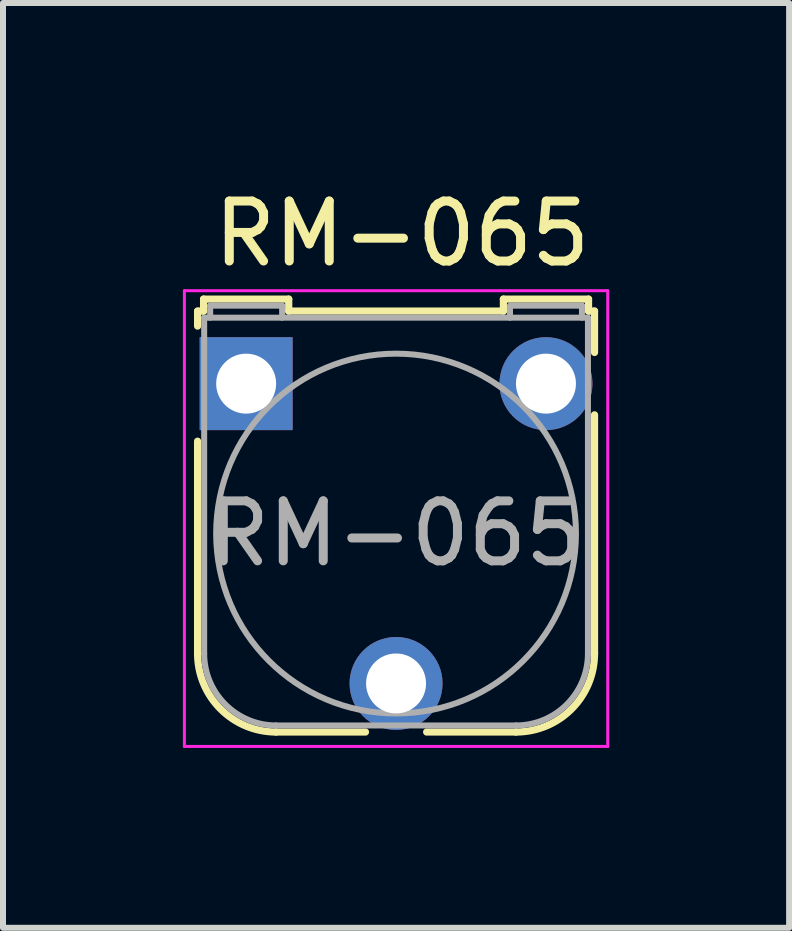
<source format=kicad_pcb>
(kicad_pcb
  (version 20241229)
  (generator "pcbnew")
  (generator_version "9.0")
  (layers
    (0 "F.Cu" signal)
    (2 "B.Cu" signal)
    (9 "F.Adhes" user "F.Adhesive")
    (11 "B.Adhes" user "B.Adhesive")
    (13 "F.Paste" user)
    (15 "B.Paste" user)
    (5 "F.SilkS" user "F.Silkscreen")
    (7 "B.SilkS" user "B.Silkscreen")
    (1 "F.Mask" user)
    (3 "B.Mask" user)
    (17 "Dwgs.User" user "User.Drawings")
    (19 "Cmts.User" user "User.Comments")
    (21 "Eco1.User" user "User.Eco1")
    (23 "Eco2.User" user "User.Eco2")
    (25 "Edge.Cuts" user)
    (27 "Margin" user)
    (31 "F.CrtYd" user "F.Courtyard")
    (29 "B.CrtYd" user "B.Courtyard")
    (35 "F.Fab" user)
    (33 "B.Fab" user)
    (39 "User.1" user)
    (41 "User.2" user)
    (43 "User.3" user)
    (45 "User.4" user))
  (footprint "RM-065"
    (layer "F.Cu")
    (at 1.055 3.348)
    (property "Reference" "RM-065" (at 2.6 -2.5 0) (layer "F.SilkS") (effects (font (size 1 1) (thickness 0.15))))
    (attr through_hole)
    (fp_line (start -0.81 -1.21) (end -0.81 -0.96) (stroke (width 0.12) (type solid)) (layer "F.SilkS"))
    (fp_line (start -0.81 4.5) (end -0.81 0.96) (stroke (width 0.12) (type solid)) (layer "F.SilkS"))
    (fp_line (start -0.71 -1.41) (end -0.71 -1.21) (stroke (width 0.12) (type solid)) (layer "F.SilkS"))
    (fp_line (start -0.71 -1.41) (end 0.71 -1.41) (stroke (width 0.12) (type solid)) (layer "F.SilkS"))
    (fp_line (start -0.71 -1.21) (end -0.81 -1.21) (stroke (width 0.12) (type solid)) (layer "F.SilkS"))
    (fp_line (start 0.71 -1.21) (end 0.71 -1.41) (stroke (width 0.12) (type solid)) (layer "F.SilkS"))
    (fp_line (start 0.71 -1.21) (end 4.29 -1.21) (stroke (width 0.12) (type solid)) (layer "F.SilkS"))
    (fp_line (start 1.99 5.81) (end 0.5 5.81) (stroke (width 0.12) (type solid)) (layer "F.SilkS"))
    (fp_line (start 4.29 -1.41) (end 5.71 -1.41) (stroke (width 0.12) (type solid)) (layer "F.SilkS"))
    (fp_line (start 4.29 -1.21) (end 4.29 -1.41) (stroke (width 0.12) (type solid)) (layer "F.SilkS"))
    (fp_line (start 4.5 5.81) (end 3.01 5.81) (stroke (width 0.12) (type solid)) (layer "F.SilkS"))
    (fp_line (start 5.71 -1.41) (end 5.71 -1.21) (stroke (width 0.12) (type solid)) (layer "F.SilkS"))
    (fp_line (start 5.71 -1.21) (end 5.81 -1.21) (stroke (width 0.12) (type solid)) (layer "F.SilkS"))
    (fp_line (start 5.81 -1.21) (end 5.81 -0.52) (stroke (width 0.12) (type solid)) (layer "F.SilkS"))
    (fp_line (start 5.81 0.52) (end 5.81 4.5) (stroke (width 0.12) (type solid)) (layer "F.SilkS"))
    (fp_arc (start 0.5 5.81) (mid -0.42631 5.42631) (end -0.81 4.5) (stroke (width 0.12) (type solid)) (layer "F.SilkS"))
    (fp_arc (start 5.81 4.5) (mid 5.42631 5.42631) (end 4.5 5.81) (stroke (width 0.12) (type solid)) (layer "F.SilkS"))
    (fp_line (start -1.03 -1.55) (end -1.03 6.05) (stroke (width 0.05) (type solid)) (layer "F.CrtYd"))
    (fp_line (start -1.03 -1.55) (end 6.03 -1.55) (stroke (width 0.05) (type solid)) (layer "F.CrtYd"))
    (fp_line (start 6.03 6.05) (end -1.03 6.05) (stroke (width 0.05) (type solid)) (layer "F.CrtYd"))
    (fp_line (start 6.03 6.05) (end 6.03 -1.55) (stroke (width 0.05) (type solid)) (layer "F.CrtYd"))
    (fp_line (start -0.7 4.5) (end -0.7 -1.1) (stroke (width 0.1) (type solid)) (layer "F.Fab"))
    (fp_line (start -0.6 -1.3) (end 0.6 -1.3) (stroke (width 0.1) (type solid)) (layer "F.Fab"))
    (fp_line (start -0.6 -1.1) (end -0.6 -1.3) (stroke (width 0.1) (type solid)) (layer "F.Fab"))
    (fp_line (start 0.5 5.7) (end 4.5 5.7) (stroke (width 0.1) (type solid)) (layer "F.Fab"))
    (fp_line (start 0.6 -1.3) (end 0.6 -1.1) (stroke (width 0.1) (type solid)) (layer "F.Fab"))
    (fp_line (start 4.4 -1.3) (end 4.4 -1.1) (stroke (width 0.1) (type solid)) (layer "F.Fab"))
    (fp_line (start 5.6 -1.3) (end 4.41 -1.3) (stroke (width 0.1) (type solid)) (layer "F.Fab"))
    (fp_line (start 5.6 -1.1) (end 5.6 -1.3) (stroke (width 0.1) (type solid)) (layer "F.Fab"))
    (fp_line (start 5.7 -1.1) (end -0.7 -1.1) (stroke (width 0.1) (type solid)) (layer "F.Fab"))
    (fp_line (start 5.7 4.5) (end 5.7 -1.1) (stroke (width 0.1) (type solid)) (layer "F.Fab"))
    (fp_arc (start 0.5 5.7) (mid -0.348528 5.348528) (end -0.7 4.5) (stroke (width 0.1) (type solid)) (layer "F.Fab"))
    (fp_arc (start 5.7 4.5) (mid 5.348528 5.348528) (end 4.5 5.7) (stroke (width 0.1) (type solid)) (layer "F.Fab"))
    (fp_circle (center 2.5 2.5) (end 5.5 2.5) (stroke (width 0.1) (type solid)) (fill no) (layer "F.Fab"))
    (fp_text user "${REFERENCE}" (at 2.5 2.5 0) (layer "F.Fab") (effects (font (size 1 1) (thickness 0.15))))
    (pad "1" thru_hole rect (at 0 0) (size 1.55 1.55) (drill 1) (layers "*.Cu" "*.Mask"))
    (pad "2" thru_hole circle (at 2.5 5) (size 1.55 1.55) (drill 1) (layers "*.Cu" "*.Mask"))
    (pad "3" thru_hole circle (at 5 0) (size 1.55 1.55) (drill 1) (layers "*.Cu" "*.Mask")))
  (gr_rect
    (start -3 -3)
    (end 10.11 12.423)
    (stroke (width 0.1) (type default))
    (fill no)
    (layer "Edge.Cuts")))
</source>
